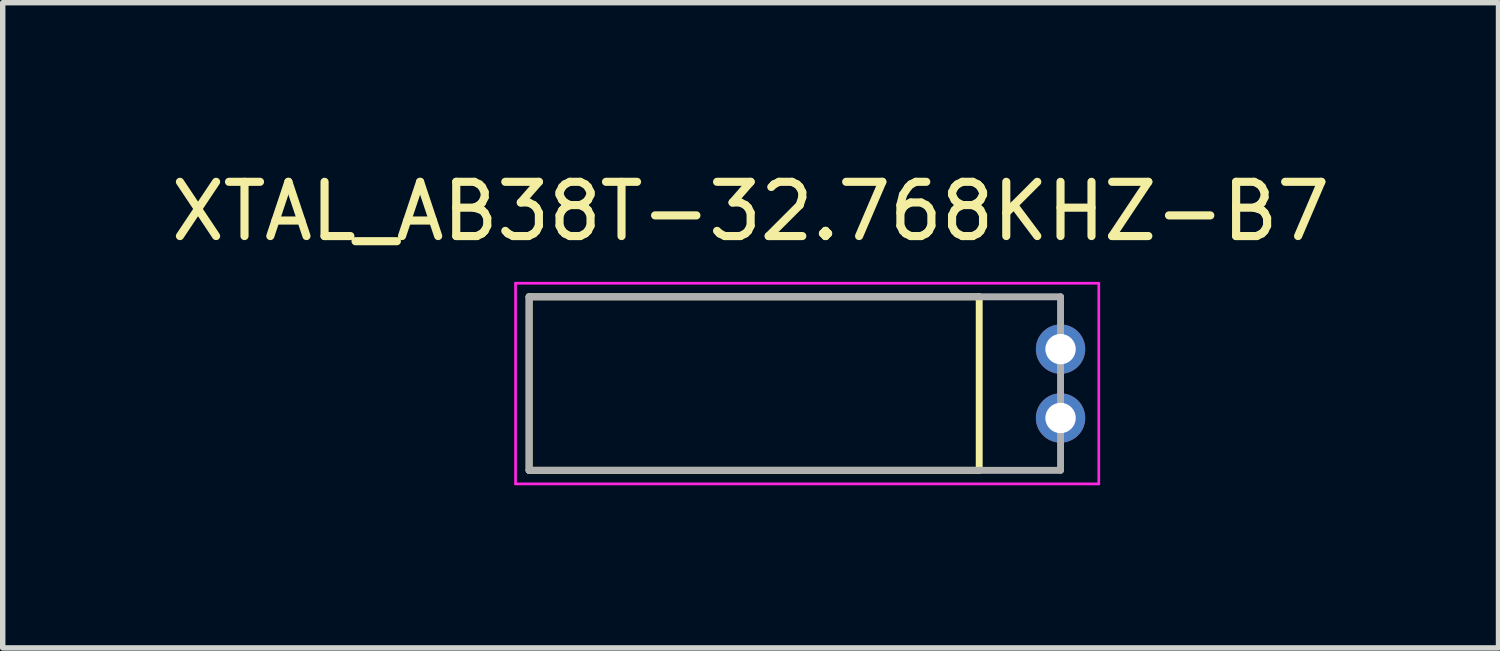
<source format=kicad_pcb>
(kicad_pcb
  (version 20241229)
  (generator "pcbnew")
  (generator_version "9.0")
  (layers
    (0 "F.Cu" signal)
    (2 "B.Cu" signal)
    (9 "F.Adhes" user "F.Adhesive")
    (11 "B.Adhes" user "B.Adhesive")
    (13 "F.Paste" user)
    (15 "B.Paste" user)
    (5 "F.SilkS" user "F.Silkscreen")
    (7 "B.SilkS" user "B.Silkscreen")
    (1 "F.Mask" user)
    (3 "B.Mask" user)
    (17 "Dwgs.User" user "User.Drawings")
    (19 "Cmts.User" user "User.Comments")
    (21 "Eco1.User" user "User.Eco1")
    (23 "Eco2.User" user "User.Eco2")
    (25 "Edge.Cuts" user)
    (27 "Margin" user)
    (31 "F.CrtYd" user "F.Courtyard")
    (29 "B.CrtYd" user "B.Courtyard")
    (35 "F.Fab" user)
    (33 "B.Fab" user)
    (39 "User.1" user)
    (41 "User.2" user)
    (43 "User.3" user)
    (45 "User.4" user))
  (footprint "XTAL_AB38T-32.768KHZ-B7"
    (layer "F.Cu")
    (at 16.507 4.023)
    (property "Reference" "XTAL_AB38T-32.768KHZ-B7" (at -5.715 -3.175 0) (layer "F.SilkS") (effects (font (size 1 1) (thickness 0.15))))
    (attr through_hole)
    (fp_line (start -9.8 -1.6) (end -1.5 -1.6) (stroke (width 0.127) (type solid)) (layer "F.SilkS"))
    (fp_line (start -9.8 1.6) (end -9.8 -1.6) (stroke (width 0.127) (type solid)) (layer "F.SilkS"))
    (fp_line (start -1.5 -1.6) (end -1.5 1.6) (stroke (width 0.127) (type solid)) (layer "F.SilkS"))
    (fp_line (start -1.5 1.6) (end -9.8 1.6) (stroke (width 0.127) (type solid)) (layer "F.SilkS"))
    (fp_line (start -10.05 -1.85) (end 0.705 -1.85) (stroke (width 0.05) (type solid)) (layer "F.CrtYd"))
    (fp_line (start -10.05 1.85) (end -10.05 -1.85) (stroke (width 0.05) (type solid)) (layer "F.CrtYd"))
    (fp_line (start 0.705 -1.85) (end 0.705 1.85) (stroke (width 0.05) (type solid)) (layer "F.CrtYd"))
    (fp_line (start 0.705 1.85) (end -10.05 1.85) (stroke (width 0.05) (type solid)) (layer "F.CrtYd"))
    (fp_line (start -9.8 -1.6) (end 0 -1.6) (stroke (width 0.127) (type solid)) (layer "F.Fab"))
    (fp_line (start -9.8 1.6) (end -9.8 -1.6) (stroke (width 0.127) (type solid)) (layer "F.Fab"))
    (fp_line (start 0 -1.6) (end 0 1.6) (stroke (width 0.127) (type solid)) (layer "F.Fab"))
    (fp_line (start 0 1.6) (end -9.8 1.6) (stroke (width 0.127) (type solid)) (layer "F.Fab"))
    (pad "1" thru_hole circle (at 0 -0.635) (size 0.91 0.91) (drill 0.56) (layers "*.Cu" "*.Mask"))
    (pad "2" thru_hole circle (at 0 0.635) (size 0.91 0.91) (drill 0.56) (layers "*.Cu" "*.Mask")))
  (gr_rect
    (start -3 -3)
    (end 24.583 8.898)
    (stroke (width 0.1) (type default))
    (fill no)
    (layer "Edge.Cuts")))
</source>
